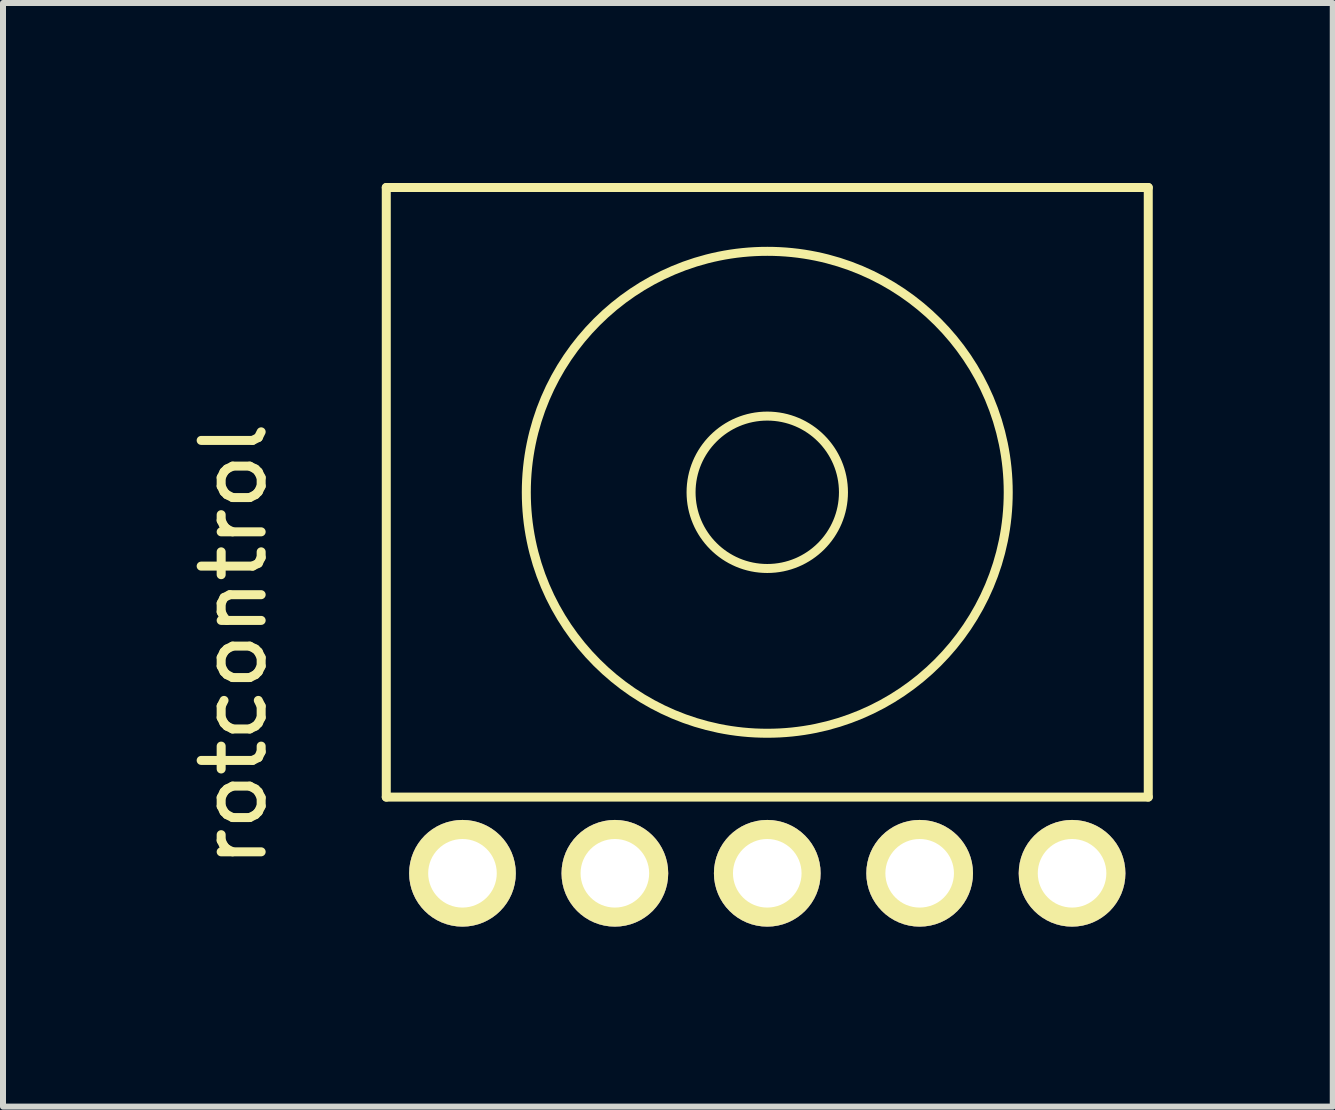
<source format=kicad_pcb>
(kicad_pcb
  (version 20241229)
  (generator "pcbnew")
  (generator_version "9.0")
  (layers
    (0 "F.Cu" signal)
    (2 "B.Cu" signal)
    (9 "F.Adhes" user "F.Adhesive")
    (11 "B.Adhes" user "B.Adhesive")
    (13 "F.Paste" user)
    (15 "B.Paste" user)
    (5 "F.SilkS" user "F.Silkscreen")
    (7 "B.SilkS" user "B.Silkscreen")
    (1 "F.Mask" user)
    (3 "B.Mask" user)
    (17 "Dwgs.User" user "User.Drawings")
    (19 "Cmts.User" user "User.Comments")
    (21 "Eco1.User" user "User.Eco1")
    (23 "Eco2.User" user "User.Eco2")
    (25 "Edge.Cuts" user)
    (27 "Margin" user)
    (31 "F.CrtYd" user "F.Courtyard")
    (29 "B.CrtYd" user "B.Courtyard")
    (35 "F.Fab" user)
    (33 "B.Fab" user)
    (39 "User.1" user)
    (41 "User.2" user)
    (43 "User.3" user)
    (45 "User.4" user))
  (footprint "rotcontrol"
    (layer "F.Cu")
    (at 9.738 7.695)
    (property "Reference" "rotcontrol" (at -8.89 0 90) (layer "F.SilkS") (effects (font (size 1 1) (thickness 0.15))))
    (attr through_hole)
    (fp_line (start -6.35 -7.62) (end 6.35 -7.62) (stroke (width 0.15) (type solid)) (layer "F.SilkS"))
    (fp_line (start -6.35 2.54) (end -6.35 -7.62) (stroke (width 0.15) (type solid)) (layer "F.SilkS"))
    (fp_line (start -6.35 2.54) (end 6.35 2.54) (stroke (width 0.15) (type solid)) (layer "F.SilkS"))
    (fp_line (start 6.35 -7.62) (end 6.35 2.54) (stroke (width 0.15) (type solid)) (layer "F.SilkS"))
    (fp_circle (center 0 -2.54) (end 0 -3.81) (stroke (width 0.15) (type solid)) (fill no) (layer "F.SilkS"))
    (fp_circle (center 0 -2.54) (end 1.27 -6.35) (stroke (width 0.15) (type solid)) (fill no) (layer "F.SilkS"))
    (pad "1" thru_hole circle (at -5.08 3.81 90) (size 1.778 1.778) (drill 1.143) (layers "*.Cu" "*.Mask" "F.SilkS"))
    (pad "2" thru_hole circle (at -2.54 3.81 90) (size 1.778 1.778) (drill 1.143) (layers "*.Cu" "*.Mask" "F.SilkS"))
    (pad "3" thru_hole circle (at 0 3.81 90) (size 1.778 1.778) (drill 1.143) (layers "*.Cu" "*.Mask" "F.SilkS"))
    (pad "4" thru_hole circle (at 2.54 3.81 90) (size 1.778 1.778) (drill 1.143) (layers "*.Cu" "*.Mask" "F.SilkS"))
    (pad "5" thru_hole circle (at 5.08 3.81 90) (size 1.778 1.778) (drill 1.143) (layers "*.Cu" "*.Mask" "F.SilkS")))
  (gr_rect
    (start -3 -3)
    (end 19.163 15.394)
    (stroke (width 0.1) (type default))
    (fill no)
    (layer "Edge.Cuts")))
</source>
